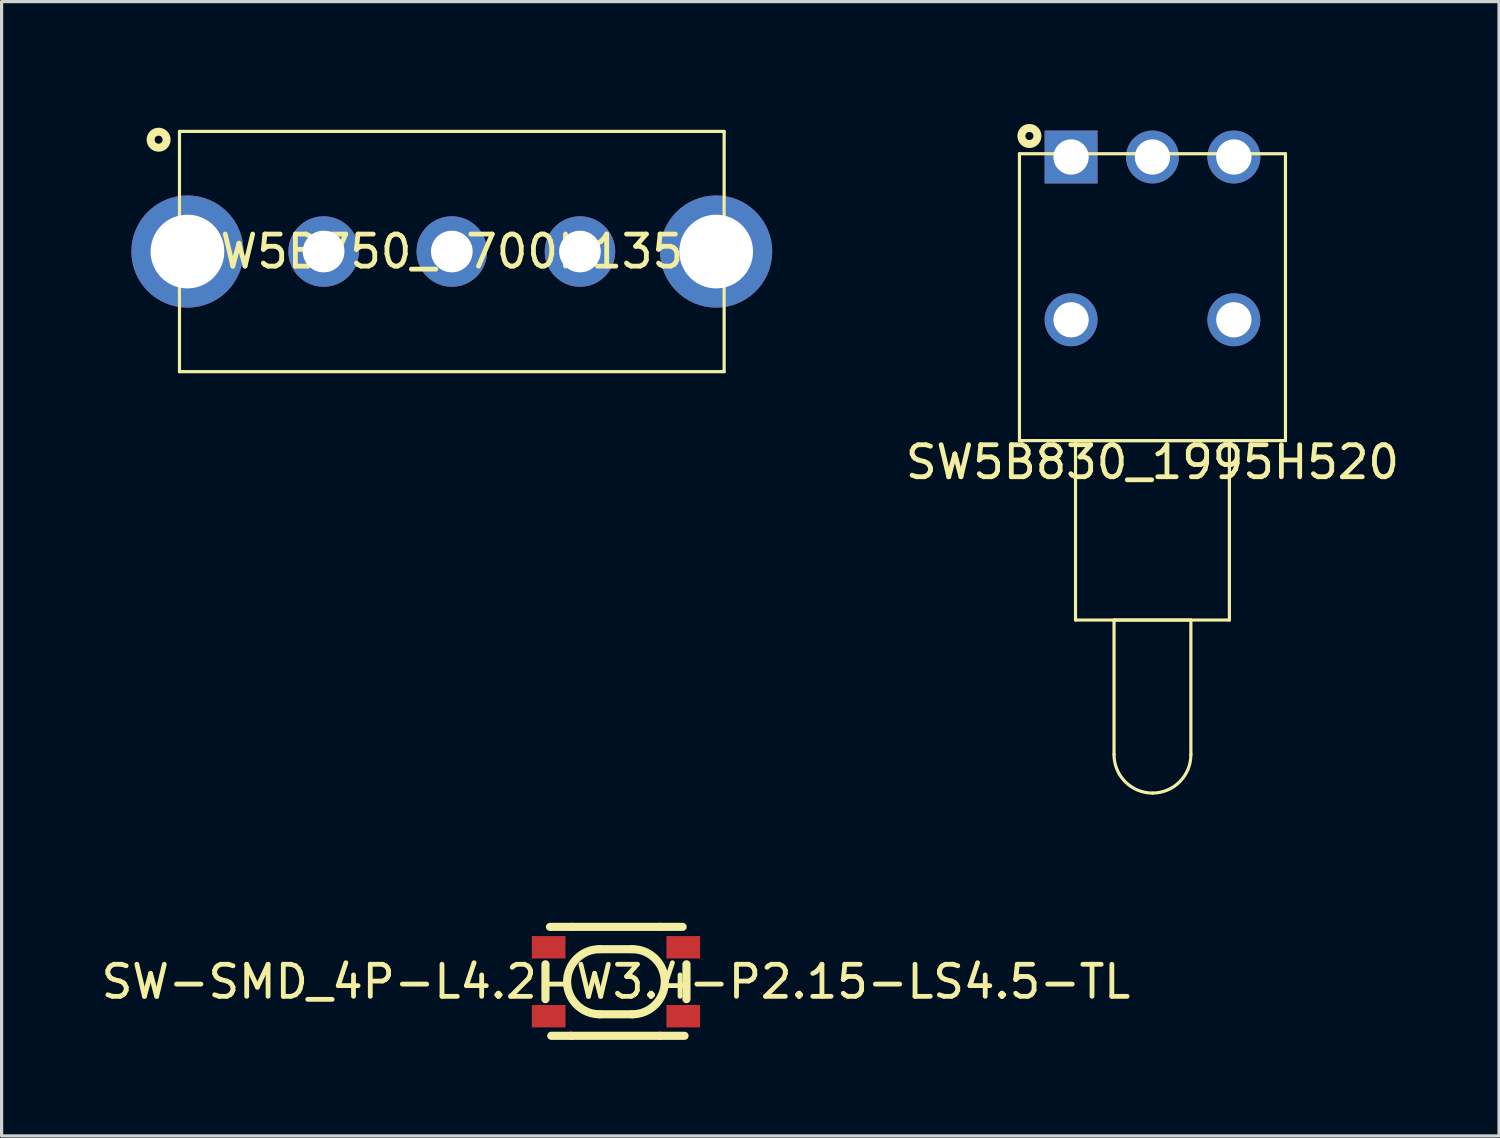
<source format=kicad_pcb>
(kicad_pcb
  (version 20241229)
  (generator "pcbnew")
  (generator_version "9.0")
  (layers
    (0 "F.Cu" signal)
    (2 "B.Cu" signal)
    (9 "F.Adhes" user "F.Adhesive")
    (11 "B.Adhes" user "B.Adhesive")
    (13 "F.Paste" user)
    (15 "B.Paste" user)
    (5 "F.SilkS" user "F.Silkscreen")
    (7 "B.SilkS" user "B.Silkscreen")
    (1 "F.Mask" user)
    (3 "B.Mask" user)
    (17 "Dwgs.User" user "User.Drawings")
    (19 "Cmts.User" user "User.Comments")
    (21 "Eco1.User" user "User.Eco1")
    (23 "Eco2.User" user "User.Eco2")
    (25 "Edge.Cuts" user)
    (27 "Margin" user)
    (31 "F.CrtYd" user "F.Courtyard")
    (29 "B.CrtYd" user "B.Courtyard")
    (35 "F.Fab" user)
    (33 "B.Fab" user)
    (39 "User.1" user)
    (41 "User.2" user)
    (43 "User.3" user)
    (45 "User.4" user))
  (footprint "SW5B750_1700H1350"
    (layer "F.Cu")
    (at 11.05 4.8)
    (property "Reference" "SW5B750_1700H1350" (at 0 0 0) (layer "F.SilkS") (effects (font (size 1 1) (thickness 0.15))))
    (fp_line (start -8.499 -3.749) (end -8.499 3.749) (stroke (width 0.099) (type default)) (layer "F.SilkS"))
    (fp_line (start 8.499 -3.749) (end -8.499 -3.749) (stroke (width 0.099) (type default)) (layer "F.SilkS"))
    (fp_line (start 8.499 -3.749) (end 8.499 3.749) (stroke (width 0.099) (type default)) (layer "F.SilkS"))
    (fp_line (start 8.499 3.749) (end -8.499 3.749) (stroke (width 0.099) (type default)) (layer "F.SilkS"))
    (fp_circle (center -9.15 -3.49) (end -8.9 -3.49) (stroke (width 0.249) (type default)) (fill no) (layer "F.SilkS"))
    (fp_line (start -11.001 -4.75) (end -11.001 4.75) (stroke (width 0.025) (type default)) (layer "User.1"))
    (fp_line (start 11.001 -4.75) (end -11.001 -4.75) (stroke (width 0.025) (type default)) (layer "User.1"))
    (fp_line (start 11.001 -4.75) (end 11.001 4.75) (stroke (width 0.025) (type default)) (layer "User.1"))
    (fp_line (start 11.001 4.75) (end -11.001 4.75) (stroke (width 0.025) (type default)) (layer "User.1"))
    (fp_poly (pts (xy -11.001 -2.751) (xy -11.001 2.751) (xy 11.001 2.751) (xy 11.001 -2.751)) (stroke (width 0.1) (type default)) (fill no) (layer "User.1"))
    (fp_poly (pts (xy -11.001 -2.751) (xy -11.001 2.751) (xy 11.001 2.751) (xy 11.001 -2.751)) (stroke (width 0.1) (type default)) (fill no) (layer "User.1"))
    (fp_poly (pts (xy -8.499 -3.749) (xy -8.499 3.749) (xy 8.499 3.749) (xy 8.499 -3.749)) (stroke (width 0.1) (type default)) (fill no) (layer "User.1"))
    (fp_poly (pts (xy -8.499 -3.749) (xy -8.499 3.749) (xy 8.499 3.749) (xy 8.499 -3.749)) (stroke (width 0.1) (type default)) (fill no) (layer "User.1"))
    (fp_poly (pts (xy -8.4 -4.75) (xy 11.001 -4.75) (xy 11.001 4.75) (xy -11.001 4.75) (xy -11.001 -4.75) (xy -8.499 -4.75) (xy -8.499 3.749) (xy 8.499 3.749) (xy 8.499 -3.749) (xy -8.4 -3.749)) (stroke (width 0.1) (type default)) (fill no) (layer "User.1"))
    (fp_poly (pts (xy -8.4 -4.75) (xy 11.001 -4.75) (xy 11.001 4.75) (xy -11.001 4.75) (xy -11.001 -4.75) (xy -8.499 -4.75) (xy -8.499 3.749) (xy 8.499 3.749) (xy 8.499 -3.749) (xy -8.4 -3.749)) (stroke (width 0.1) (type default)) (fill no) (layer "User.1"))
    (pad "1" thru_hole circle (at -8.25 0 180) (size 3.5 3.5) (drill 2.301) (layers "*.Cu" "*.Mask"))
    (pad "2" thru_hole circle (at -4 0 180) (size 2.2 2.2) (drill 1.3) (layers "*.Cu" "*.Mask"))
    (pad "3" thru_hole circle (at 0 0 180) (size 2.2 2.2) (drill 1.3) (layers "*.Cu" "*.Mask"))
    (pad "4" thru_hole circle (at 4 0 180) (size 2.2 2.2) (drill 1.3) (layers "*.Cu" "*.Mask"))
    (pad "5" thru_hole circle (at 8.25 0 180) (size 3.5 3.5) (drill 2.301) (layers "*.Cu" "*.Mask")))
  (footprint "SW-SMD_4P-L4.2-W3.4-P2.15-LS4.5-TL"
    (layer "F.Cu")
    (at 16.173 27.588)
    (property "Reference" "SW-SMD_4P-L4.2-W3.4-P2.15-LS4.5-TL" (at 0 0 0) (layer "F.SilkS") (effects (font (size 1 1) (thickness 0.15))))
    (fp_line (start -2.2 -0.544) (end -2.2 0.544) (stroke (width 0.254) (type default)) (layer "F.SilkS"))
    (fp_line (start -1.395 1.687) (end -2.02 1.687) (stroke (width 0.254) (type default)) (layer "F.SilkS"))
    (fp_line (start -1.395 1.687) (end 1.367 1.687) (stroke (width 0.254) (type default)) (layer "F.SilkS"))
    (fp_line (start -1.367 -1.712) (end -2.06 -1.712) (stroke (width 0.254) (type default)) (layer "F.SilkS"))
    (fp_line (start -0.508 -1.016) (end 0.508 -1.016) (stroke (width 0.254) (type default)) (layer "F.SilkS"))
    (fp_line (start -0.508 1.016) (end 0.508 1.016) (stroke (width 0.254) (type default)) (layer "F.SilkS"))
    (fp_line (start 1.367 -1.712) (end -1.367 -1.712) (stroke (width 0.254) (type default)) (layer "F.SilkS"))
    (fp_line (start 1.367 -1.712) (end 2.08 -1.712) (stroke (width 0.254) (type default)) (layer "F.SilkS"))
    (fp_line (start 1.367 1.687) (end 2.14 1.687) (stroke (width 0.254) (type default)) (layer "F.SilkS"))
    (fp_line (start 2.2 -0.544) (end 2.2 0.544) (stroke (width 0.254) (type default)) (layer "F.SilkS"))
    (fp_arc (start -0.508 1.016) (mid -1.524 0) (end -0.508 -1.016) (stroke (width 0.254) (type default)) (layer "F.SilkS"))
    (fp_arc (start 0.508 -1.016) (mid 1.524 0) (end 0.508 1.016) (stroke (width 0.254) (type default)) (layer "F.SilkS"))
    (fp_poly (pts (xy -2.25 -1.33) (xy -1.55 -1.33) (xy -1.55 -0.78) (xy -2.25 -0.78)) (stroke (width 0.1) (type default)) (fill no) (layer "User.1"))
    (fp_poly (pts (xy -2.25 0.8) (xy -1.55 0.8) (xy -1.55 1.35) (xy -2.25 1.35)) (stroke (width 0.1) (type default)) (fill no) (layer "User.1"))
    (fp_poly (pts (xy 1.55 -1.35) (xy 2.25 -1.35) (xy 2.25 -0.8) (xy 1.55 -0.8)) (stroke (width 0.1) (type default)) (fill no) (layer "User.1"))
    (fp_poly (pts (xy 1.55 0.8) (xy 2.25 0.8) (xy 2.25 1.35) (xy 1.55 1.35)) (stroke (width 0.1) (type default)) (fill no) (layer "User.1"))
    (fp_line (start -2.1 -1.7) (end 2.1 -1.7) (stroke (width 0.051) (type default)) (layer "User.2"))
    (fp_line (start -2.1 1.7) (end -2.1 -1.7) (stroke (width 0.051) (type default)) (layer "User.2"))
    (fp_line (start 2.1 -1.7) (end 2.1 1.7) (stroke (width 0.051) (type default)) (layer "User.2"))
    (fp_line (start 2.1 1.7) (end -2.1 1.7) (stroke (width 0.051) (type default)) (layer "User.2"))
    (fp_poly (pts (xy -2.19 -1.7) (xy -2.208 -1.742) (xy -2.25 -1.76) (xy -2.292 -1.742) (xy -2.31 -1.7) (xy -2.292 -1.658) (xy -2.25 -1.64) (xy -2.208 -1.658)) (stroke (width 0.1) (type default)) (fill no) (layer "User.3"))
    (pad "1" smd rect (at -2.1 -1.075) (size 1.05 0.7) (layers "F.Cu" "F.Mask" "F.Paste"))
    (pad "2" smd rect (at 2.1 -1.075) (size 1.05 0.7) (layers "F.Cu" "F.Mask" "F.Paste"))
    (pad "3" smd rect (at -2.1 1.075) (size 1.05 0.7) (layers "F.Cu" "F.Mask" "F.Paste"))
    (pad "4" smd rect (at 2.1 1.075) (size 1.05 0.7) (layers "F.Cu" "F.Mask" "F.Paste")))
  (footprint "SW5B830_1995H520"
    (layer "F.Cu")
    (at 32.916 11.374)
    (property "Reference" "SW5B830_1995H520" (at 0 0 0) (layer "F.SilkS") (effects (font (size 1 1) (thickness 0.15))))
    (fp_line (start -4.151 -0.674) (end -4.151 -9.626) (stroke (width 0.099) (type default)) (layer "F.SilkS"))
    (fp_line (start -2.401 4.926) (end -2.401 -0.674) (stroke (width 0.099) (type default)) (layer "F.SilkS"))
    (fp_line (start -1.199 9.125) (end -1.199 4.926) (stroke (width 0.099) (type default)) (layer "F.SilkS"))
    (fp_line (start 1.199 4.926) (end -1.199 4.926) (stroke (width 0.099) (type default)) (layer "F.SilkS"))
    (fp_line (start 1.199 9.125) (end 1.199 4.926) (stroke (width 0.099) (type default)) (layer "F.SilkS"))
    (fp_line (start 2.401 -0.674) (end -2.401 -0.674) (stroke (width 0.099) (type default)) (layer "F.SilkS"))
    (fp_line (start 2.401 4.926) (end -2.401 4.926) (stroke (width 0.099) (type default)) (layer "F.SilkS"))
    (fp_line (start 2.401 4.926) (end 2.401 -0.674) (stroke (width 0.099) (type default)) (layer "F.SilkS"))
    (fp_line (start 4.151 -9.626) (end -4.151 -9.626) (stroke (width 0.099) (type default)) (layer "F.SilkS"))
    (fp_line (start 4.151 -0.674) (end -4.151 -0.674) (stroke (width 0.099) (type default)) (layer "F.SilkS"))
    (fp_line (start 4.151 -0.674) (end 4.151 -9.626) (stroke (width 0.099) (type default)) (layer "F.SilkS"))
    (fp_arc (start 0 10.3265) (mid -0.848704 9.974437) (end -1.199 9.125) (stroke (width 0.099) (type default)) (layer "F.SilkS"))
    (fp_arc (start 1.199 9.125) (mid 0.848706 9.974439) (end 0 10.3265) (stroke (width 0.099) (type default)) (layer "F.SilkS"))
    (fp_circle (center -3.84 -10.18) (end -3.589 -10.18) (stroke (width 0.249) (type default)) (fill no) (layer "F.SilkS"))
    (fp_line (start -5.151 11.325) (end -5.151 -11.325) (stroke (width 0.025) (type default)) (layer "User.1"))
    (fp_line (start 5.151 -11.325) (end -5.151 -11.325) (stroke (width 0.025) (type default)) (layer "User.1"))
    (fp_line (start 5.151 11.325) (end -5.151 11.325) (stroke (width 0.025) (type default)) (layer "User.1"))
    (fp_line (start 5.151 11.325) (end 5.151 -11.325) (stroke (width 0.025) (type default)) (layer "User.1"))
    (fp_poly (pts (xy -4.351 -2.63) (xy 4.369 -2.63) (xy 4.369 -11.319) (xy -4.351 -11.319)) (stroke (width 0.1) (type default)) (fill no) (layer "User.1"))
    (fp_poly (pts (xy -4.351 -2.63) (xy 4.369 -2.63) (xy 4.369 -11.319) (xy -4.351 -11.319)) (stroke (width 0.1) (type default)) (fill no) (layer "User.1"))
    (fp_poly (pts (xy -4.151 -9.626) (xy -4.151 10.326) (xy 4.151 10.326) (xy 4.151 -9.626)) (stroke (width 0.1) (type default)) (fill no) (layer "User.1"))
    (fp_poly (pts (xy -4.151 -9.626) (xy -4.151 10.326) (xy 4.151 10.326) (xy 4.151 -9.626)) (stroke (width 0.1) (type default)) (fill no) (layer "User.1"))
    (fp_poly (pts (xy -5.151 11.325) (xy 5.151 11.325) (xy 5.151 -11.325) (xy -5.151 -11.325) (xy -5.151 -9.656) (xy 4.17 -9.656) (xy 4.17 10.354) (xy -4.17 10.354) (xy -4.17 -9.626) (xy -5.151 -9.626)) (stroke (width 0.1) (type default)) (fill no) (layer "User.1"))
    (fp_poly (pts (xy -5.151 11.325) (xy 5.151 11.325) (xy 5.151 -11.325) (xy -5.151 -11.325) (xy -5.151 -9.656) (xy 4.17 -9.656) (xy 4.17 10.354) (xy -4.17 10.354) (xy -4.17 -9.626) (xy -5.151 -9.626)) (stroke (width 0.1) (type default)) (fill no) (layer "User.1"))
    (pad "1" thru_hole rect (at -2.54 -9.524 90) (size 1.651 1.651) (drill 1.1) (layers "*.Cu" "*.Mask"))
    (pad "2" thru_hole circle (at 0 -9.524 90) (size 1.651 1.651) (drill 1.1) (layers "*.Cu" "*.Mask"))
    (pad "3" thru_hole circle (at 2.54 -9.524 90) (size 1.651 1.651) (drill 1.1) (layers "*.Cu" "*.Mask"))
    (pad "4" thru_hole circle (at -2.54 -4.444 90) (size 1.651 1.651) (drill 1.1) (layers "*.Cu" "*.Mask"))
    (pad "5" thru_hole circle (at 2.54 -4.444 90) (size 1.651 1.651) (drill 1.1) (layers "*.Cu" "*.Mask")))
  (gr_rect
    (start -3 -3)
    (end 43.732 32.401)
    (stroke (width 0.1) (type default))
    (fill no)
    (layer "Edge.Cuts")))
</source>
